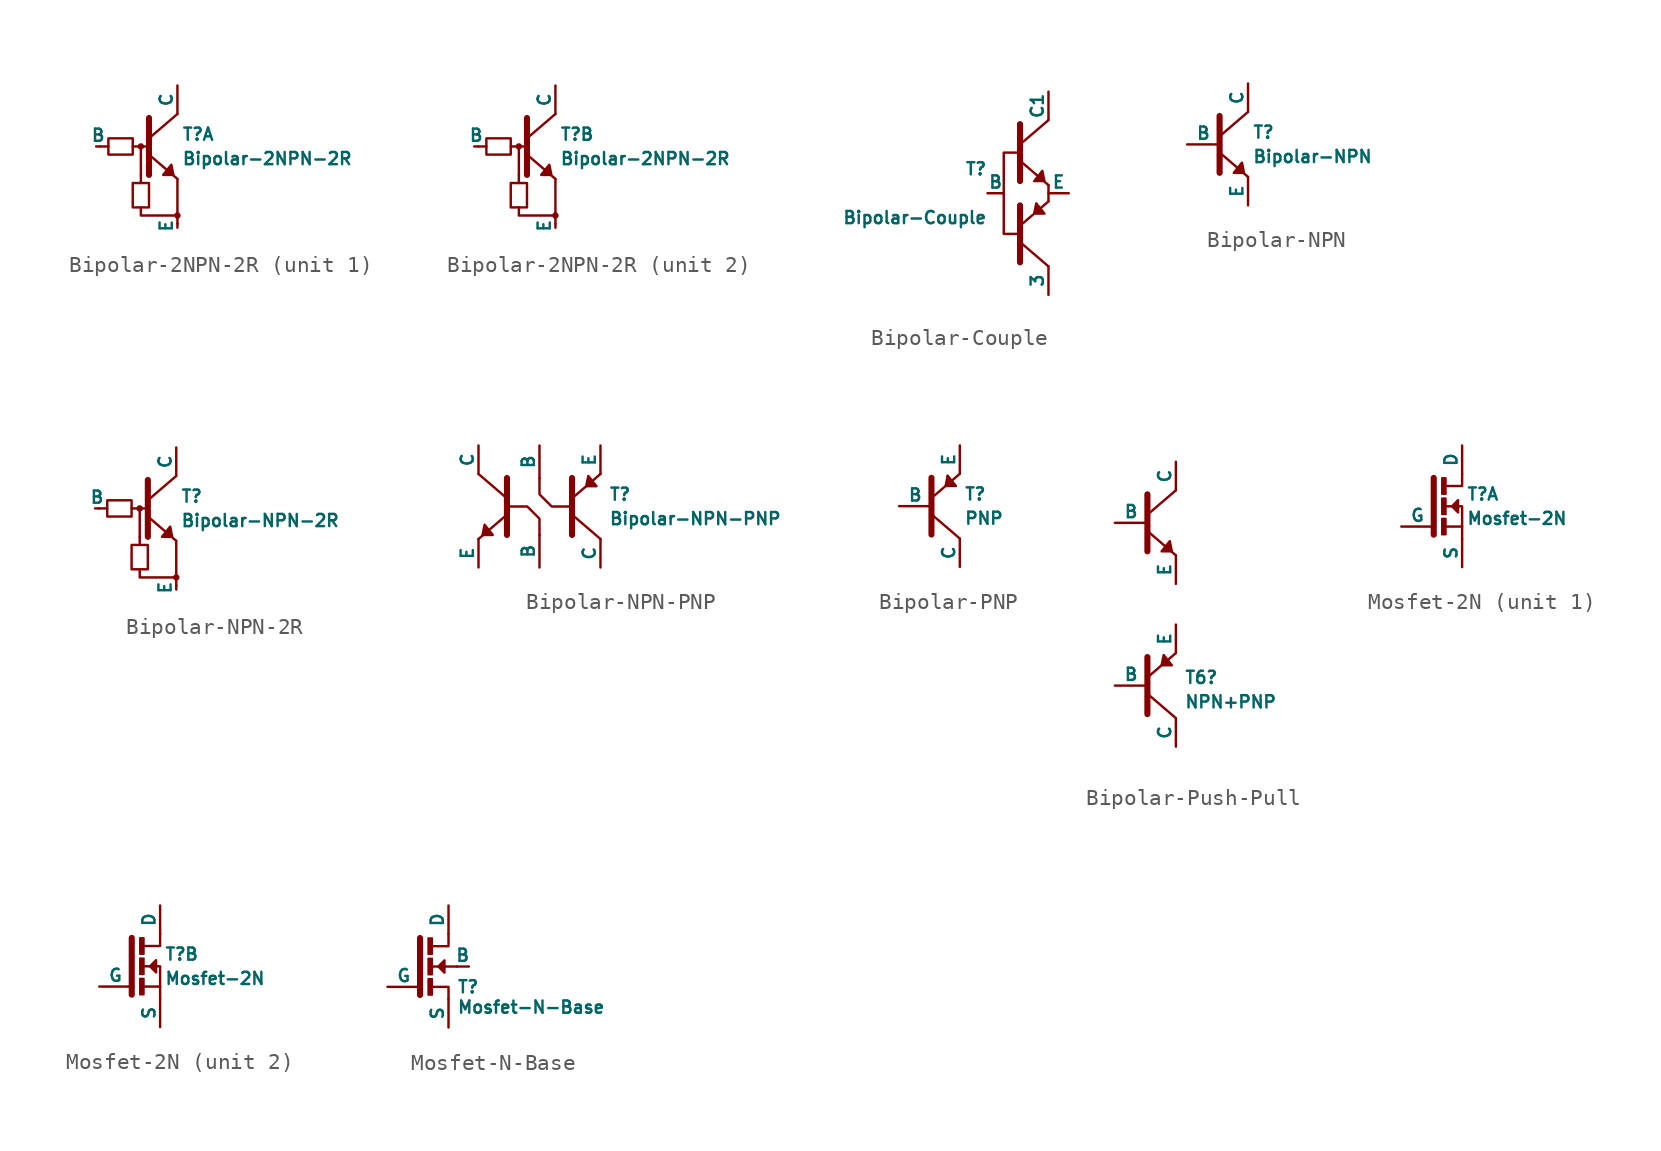
<source format=kicad_sym>
(kicad_symbol_lib
  (version 20231120)
  (generator "kicad_symbol_editor")
  (generator_version "8.0")
  (symbol "Bipolar-2NPN-2R"
    (pin_numbers hide)
    (pin_names
      (offset 0))
    (property "Reference" "T"
      (at 1.524 0.762 0)
      (effects (font (size 0.762 0.762)) (justify left)))
    (property "Value" "Bipolar-2NPN-2R"
      (at 1.524 -0.762 0)
      (effects (font (size 0.762 0.762)) (justify left)))
    (symbol "Bipolar-2NPN-2R_0_1"
      (rectangle (start -3.048 0.508) (end -1.524 -0.508) (stroke (width 0) (type solid)) (fill (type none)))
      (rectangle (start -1.524 -2.286) (end -0.508 -3.81) (stroke (width 0) (type solid)) (fill (type none)))
      (circle (center -1.016 0) (radius 0.127) (stroke (width 0) (type solid)) (fill (type none)))
      (polyline (pts (xy -3.556 0) (xy -3.048 0)) (stroke (width 0) (type solid)) (fill (type none)))
      (polyline (pts (xy -1.016 -2.286) (xy -1.016 -1.778)) (stroke (width 0) (type solid)) (fill (type none)))
      (polyline (pts (xy -1.016 -1.778) (xy -1.016 0)) (stroke (width 0) (type solid)) (fill (type none)))
      (polyline (pts (xy -0.508 1.778) (xy -0.508 -1.778)) (stroke (width 0.381) (type solid)) (fill (type none)))
      (polyline (pts (xy 1.27 -2.032) (xy -0.508 -0.508)) (stroke (width 0) (type solid)) (fill (type none)))
      (polyline (pts (xy 1.27 -2.032) (xy 1.27 -4.826)) (stroke (width 0) (type solid)) (fill (type none)))
      (polyline (pts (xy 1.27 2.032) (xy -0.508 0.508)) (stroke (width 0) (type solid)) (fill (type none)))
      (polyline (pts (xy -1.524 0) (xy -0.762 0) (xy -0.508 0)) (stroke (width 0) (type solid)) (fill (type none)))
      (polyline (pts (xy -1.016 -3.81) (xy -1.016 -4.318) (xy 1.27 -4.318)) (stroke (width 0) (type solid)) (fill (type none)))
      (polyline (pts (xy 1.016 -1.778) (xy 0.889 -1.143) (xy 0.381 -1.778) (xy 1.016 -1.778)) (stroke (width 0) (type solid)) (fill (type outline)))
      (circle (center 1.27 -4.318) (radius 0.127) (stroke (width 0) (type solid)) (fill (type none))))
    (symbol "Bipolar-2NPN-2R_1_1"
      (pin passive line (at 1.27 -5.08 90) (length 0.254) (name "E" (effects (font (size 0.762 0.762)))) (number "1" (effects (font (size 0.762 0.762)))))
      (pin passive line (at -3.81 0 0) (length 0.254) (name "B" (effects (font (size 0.762 0.762)))) (number "2" (effects (font (size 0.762 0.762)))))
      (pin passive line (at 1.27 3.81 270) (length 1.778) (name "C" (effects (font (size 0.762 0.762)))) (number "6" (effects (font (size 0.762 0.762))))))
    (symbol "Bipolar-2NPN-2R_2_1"
      (pin passive line (at 1.27 3.81 270) (length 1.778) (name "C" (effects (font (size 0.762 0.762)))) (number "3" (effects (font (size 0.762 0.762)))))
      (pin passive line (at 1.27 -5.08 90) (length 0.254) (name "E" (effects (font (size 0.762 0.762)))) (number "4" (effects (font (size 0.762 0.762)))))
      (pin passive line (at -3.81 0 0) (length 0.254) (name "B" (effects (font (size 0.762 0.762)))) (number "5" (effects (font (size 0.762 0.762)))))))
  (symbol "Bipolar-Couple"
    (pin_numbers hide)
    (pin_names
      (offset 0))
    (property "Reference" "T"
      (at -2.54 1.524 0)
      (effects (font (size 0.762 0.762)) (justify right)))
    (property "Value" "Bipolar-Couple"
      (at -2.54 -1.524 0)
      (effects (font (size 0.762 0.762)) (justify right)))
    (symbol "Bipolar-Couple_0_1"
      (polyline (pts (xy -0.508 -0.762) (xy -0.508 -4.318)) (stroke (width 0.381) (type solid)) (fill (type none)))
      (polyline (pts (xy -0.508 4.318) (xy -0.508 0.762)) (stroke (width 0.381) (type solid)) (fill (type none)))
      (polyline (pts (xy 1.27 -4.572) (xy -0.508 -3.048)) (stroke (width 0) (type solid)) (fill (type none)))
      (polyline (pts (xy 1.27 -0.508) (xy -0.508 -2.032)) (stroke (width 0) (type solid)) (fill (type none)))
      (polyline (pts (xy 1.27 0.508) (xy -0.508 2.032)) (stroke (width 0) (type solid)) (fill (type none)))
      (polyline (pts (xy 1.27 0.508) (xy 1.27 -0.508)) (stroke (width 0) (type solid)) (fill (type none)))
      (polyline (pts (xy 1.27 4.572) (xy -0.508 3.048)) (stroke (width 0) (type solid)) (fill (type none)))
      (polyline (pts (xy -0.508 -2.54) (xy -1.524 -2.54) (xy -1.524 2.54) (xy -0.508 2.54)) (stroke (width 0) (type solid)) (fill (type none)))
      (polyline (pts (xy 0.381 -1.27) (xy 0.508 -0.635) (xy 1.016 -1.27) (xy 0.381 -1.27)) (stroke (width 0) (type solid)) (fill (type outline)))
      (polyline (pts (xy 1.016 0.762) (xy 0.889 1.397) (xy 0.381 0.762) (xy 1.016 0.762)) (stroke (width 0) (type solid)) (fill (type outline))))
    (symbol "Bipolar-Couple_1_1"
      (pin passive line (at 1.27 6.35 270) (length 1.778) (name "C1" (effects (font (size 0.762 0.762)))) (number "1" (effects (font (size 0.762 0.762)))))
      (pin passive line (at -2.54 0 0) (length 1.016) (name "B" (effects (font (size 0.762 0.762)))) (number "2" (effects (font (size 0.762 0.762)))))
      (pin passive line (at 1.27 -6.35 90) (length 1.778) (name "3" (effects (font (size 0.762 0.762)))) (number "3" (effects (font (size 0.762 0.762)))))
      (pin passive line (at 2.54 0 180) (length 1.27) (name "E" (effects (font (size 0.762 0.762)))) (number "4" (effects (font (size 0.762 0.762)))))))
  (symbol "Bipolar-NPN"
    (pin_numbers hide)
    (pin_names
      (offset 0))
    (property "Reference" "T"
      (at 1.524 0.762 0)
      (effects (font (size 0.762 0.762)) (justify left)))
    (property "Value" "Bipolar-NPN"
      (at 1.524 -0.762 0)
      (effects (font (size 0.762 0.762)) (justify left)))
    (symbol "Bipolar-NPN_0_1"
      (polyline (pts (xy -0.508 1.778) (xy -0.508 -1.778)) (stroke (width 0.381) (type solid)) (fill (type none)))
      (polyline (pts (xy 1.27 -2.032) (xy -0.508 -0.508)) (stroke (width 0) (type solid)) (fill (type none)))
      (polyline (pts (xy 1.27 2.032) (xy -0.508 0.508)) (stroke (width 0) (type solid)) (fill (type none)))
      (polyline (pts (xy 1.016 -1.778) (xy 0.889 -1.143) (xy 0.381 -1.778) (xy 1.016 -1.778)) (stroke (width 0) (type solid)) (fill (type outline))))
    (symbol "Bipolar-NPN_1_1"
      (pin passive line (at -2.54 0 0) (length 2.032) (name "B" (effects (font (size 0.762 0.762)))) (number "1" (effects (font (size 0.762 0.762)))))
      (pin passive line (at 1.27 3.81 270) (length 1.778) (name "C" (effects (font (size 0.762 0.762)))) (number "2" (effects (font (size 0.762 0.762)))))
      (pin passive line (at 1.27 -3.81 90) (length 1.778) (name "E" (effects (font (size 0.762 0.762)))) (number "3" (effects (font (size 0.762 0.762)))))))
  (symbol "Bipolar-NPN-2R"
    (pin_numbers hide)
    (pin_names
      (offset 0))
    (property "Reference" "T"
      (at 1.524 0.762 0)
      (effects (font (size 0.762 0.762)) (justify left)))
    (property "Value" "Bipolar-NPN-2R"
      (at 1.524 -0.762 0)
      (effects (font (size 0.762 0.762)) (justify left)))
    (symbol "Bipolar-NPN-2R_0_1"
      (rectangle (start -3.048 0.508) (end -1.524 -0.508) (stroke (width 0) (type solid)) (fill (type none)))
      (rectangle (start -1.524 -2.286) (end -0.508 -3.81) (stroke (width 0) (type solid)) (fill (type none)))
      (circle (center -1.016 0) (radius 0.127) (stroke (width 0) (type solid)) (fill (type none)))
      (polyline (pts (xy -3.556 0) (xy -3.048 0)) (stroke (width 0) (type solid)) (fill (type none)))
      (polyline (pts (xy -1.016 -2.286) (xy -1.016 -1.778)) (stroke (width 0) (type solid)) (fill (type none)))
      (polyline (pts (xy -1.016 -1.778) (xy -1.016 0)) (stroke (width 0) (type solid)) (fill (type none)))
      (polyline (pts (xy -0.508 1.778) (xy -0.508 -1.778)) (stroke (width 0.381) (type solid)) (fill (type none)))
      (polyline (pts (xy 1.27 -2.032) (xy -0.508 -0.508)) (stroke (width 0) (type solid)) (fill (type none)))
      (polyline (pts (xy 1.27 -2.032) (xy 1.27 -4.826)) (stroke (width 0) (type solid)) (fill (type none)))
      (polyline (pts (xy 1.27 2.032) (xy -0.508 0.508)) (stroke (width 0) (type solid)) (fill (type none)))
      (polyline (pts (xy -1.524 0) (xy -0.762 0) (xy -0.508 0)) (stroke (width 0) (type solid)) (fill (type none)))
      (polyline (pts (xy -1.016 -3.81) (xy -1.016 -4.318) (xy 1.27 -4.318)) (stroke (width 0) (type solid)) (fill (type none)))
      (polyline (pts (xy 1.016 -1.778) (xy 0.889 -1.143) (xy 0.381 -1.778) (xy 1.016 -1.778)) (stroke (width 0) (type solid)) (fill (type outline)))
      (circle (center 1.27 -4.318) (radius 0.127) (stroke (width 0) (type solid)) (fill (type none))))
    (symbol "Bipolar-NPN-2R_1_1"
      (pin passive line (at -3.81 0 0) (length 0.254) (name "B" (effects (font (size 0.762 0.762)))) (number "1" (effects (font (size 0.762 0.762)))))
      (pin passive line (at 1.27 3.81 270) (length 1.778) (name "C" (effects (font (size 0.762 0.762)))) (number "2" (effects (font (size 0.762 0.762)))))
      (pin passive line (at 1.27 -5.08 90) (length 0.254) (name "E" (effects (font (size 0.762 0.762)))) (number "3" (effects (font (size 0.762 0.762)))))))
  (symbol "Bipolar-NPN-PNP"
    (pin_numbers hide)
    (pin_names
      (offset 0))
    (property "Reference" "T"
      (at 4.318 0.762 0)
      (effects (font (size 0.762 0.762)) (justify left)))
    (property "Value" "Bipolar-NPN-PNP"
      (at 4.318 -0.762 0)
      (effects (font (size 0.762 0.762)) (justify left)))
    (symbol "Bipolar-NPN-PNP_0_1"
      (polyline (pts (xy -3.81 -2.032) (xy -2.032 -0.508)) (stroke (width 0) (type solid)) (fill (type none)))
      (polyline (pts (xy -3.81 2.032) (xy -2.032 0.508)) (stroke (width 0) (type solid)) (fill (type none)))
      (polyline (pts (xy -2.032 1.778) (xy -2.032 -1.778)) (stroke (width 0.381) (type solid)) (fill (type none)))
      (polyline (pts (xy 2.032 1.778) (xy 2.032 -1.778)) (stroke (width 0.381) (type solid)) (fill (type none)))
      (polyline (pts (xy 3.81 -2.032) (xy 2.032 -0.508)) (stroke (width 0) (type solid)) (fill (type none)))
      (polyline (pts (xy 3.81 2.032) (xy 2.032 0.508)) (stroke (width 0) (type solid)) (fill (type none)))
      (polyline (pts (xy -3.556 -1.778) (xy -3.429 -1.143) (xy -2.921 -1.778) (xy -3.556 -1.778)) (stroke (width 0) (type solid)) (fill (type outline)))
      (polyline (pts (xy 0 -1.778) (xy 0 -0.762) (xy -0.762 0) (xy -2.032 0)) (stroke (width 0) (type solid)) (fill (type none)))
      (polyline (pts (xy 0 1.778) (xy 0 0.762) (xy 0.762 0) (xy 2.032 0)) (stroke (width 0) (type solid)) (fill (type none)))
      (polyline (pts (xy 2.921 1.27) (xy 3.048 1.905) (xy 3.556 1.27) (xy 2.921 1.27)) (stroke (width 0) (type solid)) (fill (type outline))))
    (symbol "Bipolar-NPN-PNP_1_1"
      (pin passive line (at -3.81 -3.81 90) (length 1.778) (name "E" (effects (font (size 0.762 0.762)))) (number "1" (effects (font (size 0.762 0.762)))))
      (pin passive line (at 0 -3.81 90) (length 2.032) (name "B" (effects (font (size 0.762 0.762)))) (number "2" (effects (font (size 0.762 0.762)))))
      (pin passive line (at 3.81 -3.81 90) (length 1.778) (name "C" (effects (font (size 0.762 0.762)))) (number "3" (effects (font (size 0.762 0.762)))))
      (pin passive line (at 3.81 3.81 270) (length 1.778) (name "E" (effects (font (size 0.762 0.762)))) (number "4" (effects (font (size 0.762 0.762)))))
      (pin passive line (at 0 3.81 270) (length 2.032) (name "B" (effects (font (size 0.762 0.762)))) (number "5" (effects (font (size 0.762 0.762)))))
      (pin passive line (at -3.81 3.81 270) (length 1.778) (name "C" (effects (font (size 0.762 0.762)))) (number "6" (effects (font (size 0.762 0.762)))))))
  (symbol "Bipolar-PNP"
    (pin_numbers hide)
    (pin_names
      (offset 0))
    (property "Reference" "T"
      (at 1.524 0.762 0)
      (effects (font (size 0.762 0.762)) (justify left)))
    (property "Value" "PNP"
      (at 1.524 -0.762 0)
      (effects (font (size 0.762 0.762)) (justify left)))
    (symbol "Bipolar-PNP_0_1"
      (polyline (pts (xy -0.508 1.778) (xy -0.508 -1.778)) (stroke (width 0.381) (type solid)) (fill (type none)))
      (polyline (pts (xy 0.508 1.905) (xy 0.635 1.27)) (stroke (width 0) (type solid)) (fill (type none)))
      (polyline (pts (xy 1.016 1.27) (xy 0.508 1.524)) (stroke (width 0) (type solid)) (fill (type none)))
      (polyline (pts (xy 1.27 -2.032) (xy -0.508 -0.508)) (stroke (width 0) (type solid)) (fill (type none)))
      (polyline (pts (xy 1.27 2.032) (xy -0.508 0.508)) (stroke (width 0) (type solid)) (fill (type none)))
      (polyline (pts (xy 0.381 1.27) (xy 1.016 1.27) (xy 0.508 1.905) (xy 0.381 1.27)) (stroke (width 0) (type solid)) (fill (type none))))
    (symbol "Bipolar-PNP_1_1"
      (pin passive line (at -2.54 0 0) (length 2.032) (name "B" (effects (font (size 0.762 0.762)))) (number "1" (effects (font (size 0.762 0.762)))))
      (pin passive line (at 1.27 -3.81 90) (length 1.778) (name "C" (effects (font (size 0.762 0.762)))) (number "2" (effects (font (size 0.762 0.762)))))
      (pin passive line (at 1.27 3.81 270) (length 1.778) (name "E" (effects (font (size 0.762 0.762)))) (number "3" (effects (font (size 0.762 0.762)))))))
  (symbol "Bipolar-Push-Pull"
    (pin_numbers hide)
    (pin_names
      (offset 0))
    (property "Reference" "T6"
      (at 1.778 -4.572 0)
      (effects (font (size 0.762 0.762)) (justify left)))
    (property "Value" "NPN+PNP"
      (at 1.778 -6.096 0)
      (effects (font (size 0.762 0.762)) (justify left)))
    (symbol "Bipolar-Push-Pull_0_1"
      (polyline (pts (xy -0.508 -3.302) (xy -0.508 -6.858)) (stroke (width 0.381) (type solid)) (fill (type none)))
      (polyline (pts (xy -0.508 6.858) (xy -0.508 3.302)) (stroke (width 0.381) (type solid)) (fill (type none)))
      (polyline (pts (xy 1.27 -7.112) (xy -0.508 -5.588)) (stroke (width 0) (type solid)) (fill (type none)))
      (polyline (pts (xy 1.27 -3.048) (xy -0.508 -4.572)) (stroke (width 0) (type solid)) (fill (type none)))
      (polyline (pts (xy 1.27 3.048) (xy -0.508 4.572)) (stroke (width 0) (type solid)) (fill (type none)))
      (polyline (pts (xy 1.27 7.112) (xy -0.508 5.588)) (stroke (width 0) (type solid)) (fill (type none)))
      (polyline (pts (xy 0.381 -3.81) (xy 0.508 -3.175) (xy 1.016 -3.81) (xy 0.381 -3.81)) (stroke (width 0) (type solid)) (fill (type outline)))
      (polyline (pts (xy 1.016 3.302) (xy 0.889 3.937) (xy 0.381 3.302) (xy 1.016 3.302)) (stroke (width 0) (type solid)) (fill (type outline))))
    (symbol "Bipolar-Push-Pull_1_1"
      (pin passive line (at 1.27 1.27 90) (length 1.778) (name "E" (effects (font (size 0.762 0.762)))) (number "1" (effects (font (size 0.762 0.762)))))
      (pin passive line (at -2.54 5.08 0) (length 2.032) (name "B" (effects (font (size 0.762 0.762)))) (number "2" (effects (font (size 0.762 0.762)))))
      (pin passive line (at 1.27 -8.89 90) (length 1.778) (name "C" (effects (font (size 0.762 0.762)))) (number "3" (effects (font (size 0.762 0.762)))))
      (pin passive line (at 1.27 -1.27 270) (length 1.778) (name "E" (effects (font (size 0.762 0.762)))) (number "4" (effects (font (size 0.762 0.762)))))
      (pin passive line (at -2.54 -5.08 0) (length 2.032) (name "B" (effects (font (size 0.762 0.762)))) (number "5" (effects (font (size 0.762 0.762)))))
      (pin passive line (at 1.27 8.89 270) (length 1.778) (name "C" (effects (font (size 0.762 0.762)))) (number "6" (effects (font (size 0.762 0.762)))))))
  (symbol "Mosfet-2N"
    (pin_numbers hide)
    (pin_names
      (offset 0))
    (property "Reference" "T"
      (at 1.524 0.762 0)
      (effects (font (size 0.762 0.762)) (justify left)))
    (property "Value" "Mosfet-2N"
      (at 1.524 -0.762 0)
      (effects (font (size 0.762 0.762)) (justify left)))
    (symbol "Mosfet-2N_0_1"
      (polyline (pts (xy -0.508 1.778) (xy -0.508 -1.778)) (stroke (width 0.381) (type solid)) (fill (type none)))
      (polyline (pts (xy 0.127 0) (xy 1.27 0) (xy 1.27 -1.27)) (stroke (width 0) (type solid)) (fill (type none)))
      (polyline (pts (xy 0.254 -1.27) (xy 1.27 -1.27) (xy 1.27 -2.032)) (stroke (width 0) (type solid)) (fill (type none)))
      (polyline (pts (xy 0.254 1.27) (xy 1.27 1.27) (xy 1.27 2.032)) (stroke (width 0) (type solid)) (fill (type none)))
      (polyline (pts (xy 0.635 0) (xy 1.016 0.381) (xy 1.016 -0.381) (xy 0.635 0)) (stroke (width 0) (type solid)) (fill (type outline)))
      (polyline (pts (xy 0 -0.762) (xy 0 -1.778) (xy 0.254 -1.778) (xy 0.254 -0.762) (xy 0 -0.762)) (stroke (width 0.102) (type solid)) (fill (type outline)))
      (polyline (pts (xy 0 0.508) (xy 0 -0.508) (xy 0.254 -0.508) (xy 0.254 0.508) (xy 0 0.508)) (stroke (width 0.102) (type solid)) (fill (type outline)))
      (polyline (pts (xy 0 1.778) (xy 0 0.762) (xy 0.254 0.762) (xy 0.254 1.778) (xy 0 1.778)) (stroke (width 0.102) (type solid)) (fill (type outline))))
    (symbol "Mosfet-2N_1_1"
      (pin passive line (at 1.27 -3.81 90) (length 1.778) (name "S" (effects (font (size 0.762 0.762)))) (number "1" (effects (font (size 0.762 0.762)))))
      (pin passive line (at -2.54 -1.27 0) (length 2.032) (name "G" (effects (font (size 0.762 0.762)))) (number "2" (effects (font (size 0.762 0.762)))))
      (pin passive line (at 1.27 3.81 270) (length 1.778) (name "D" (effects (font (size 0.762 0.762)))) (number "6" (effects (font (size 0.762 0.762))))))
    (symbol "Mosfet-2N_2_1"
      (pin passive line (at 1.27 3.81 270) (length 1.778) (name "D" (effects (font (size 0.762 0.762)))) (number "3" (effects (font (size 0.762 0.762)))))
      (pin passive line (at 1.27 -3.81 90) (length 1.778) (name "S" (effects (font (size 0.762 0.762)))) (number "4" (effects (font (size 0.762 0.762)))))
      (pin passive line (at -2.54 -1.27 0) (length 2.032) (name "G" (effects (font (size 0.762 0.762)))) (number "5" (effects (font (size 0.762 0.762)))))))
  (symbol "Mosfet-N-Base"
    (pin_numbers hide)
    (pin_names
      (offset 0))
    (property "Reference" "T"
      (at 1.778 -1.27 0)
      (effects (font (size 0.762 0.762)) (justify left)))
    (property "Value" "Mosfet-N-Base"
      (at 1.778 -2.54 0)
      (effects (font (size 0.762 0.762)) (justify left)))
    (symbol "Mosfet-N-Base_0_1"
      (polyline (pts (xy -0.508 1.778) (xy -0.508 -1.778)) (stroke (width 0.381) (type solid)) (fill (type none)))
      (polyline (pts (xy 0.254 -1.27) (xy 1.27 -1.27) (xy 1.27 -2.032)) (stroke (width 0) (type solid)) (fill (type none)))
      (polyline (pts (xy 0.254 1.27) (xy 1.27 1.27) (xy 1.27 2.032)) (stroke (width 0) (type solid)) (fill (type none)))
      (polyline (pts (xy 1.778 0) (xy 0.254 0) (xy 0.508 0)) (stroke (width 0) (type default)) (fill (type none)))
      (polyline (pts (xy 0.635 0) (xy 1.016 0.381) (xy 1.016 -0.381) (xy 0.635 0)) (stroke (width 0) (type solid)) (fill (type outline)))
      (polyline (pts (xy 0 -0.762) (xy 0 -1.778) (xy 0.254 -1.778) (xy 0.254 -0.762) (xy 0 -0.762)) (stroke (width 0.102) (type solid)) (fill (type outline)))
      (polyline (pts (xy 0 0.508) (xy 0 -0.508) (xy 0.254 -0.508) (xy 0.254 0.508) (xy 0 0.508)) (stroke (width 0.102) (type solid)) (fill (type outline)))
      (polyline (pts (xy 0 1.778) (xy 0 0.762) (xy 0.254 0.762) (xy 0.254 1.778) (xy 0 1.778)) (stroke (width 0.102) (type solid)) (fill (type outline))))
    (symbol "Mosfet-N-Base_1_1"
      (pin passive line (at -2.54 -1.27 0) (length 2.032) (name "G" (effects (font (size 0.762 0.762)))) (number "1" (effects (font (size 0.762 0.762)))))
      (pin passive line (at 1.27 3.81 270) (length 1.778) (name "D" (effects (font (size 0.762 0.762)))) (number "2" (effects (font (size 0.762 0.762)))))
      (pin passive line (at 2.54 0 180) (length 0.762) (name "B" (effects (font (size 0.762 0.762)))) (number "3" (effects (font (size 0.762 0.762)))))
      (pin passive line (at 1.27 -3.81 90) (length 1.778) (name "S" (effects (font (size 0.762 0.762)))) (number "3" (effects (font (size 0.762 0.762))))))))
</source>
